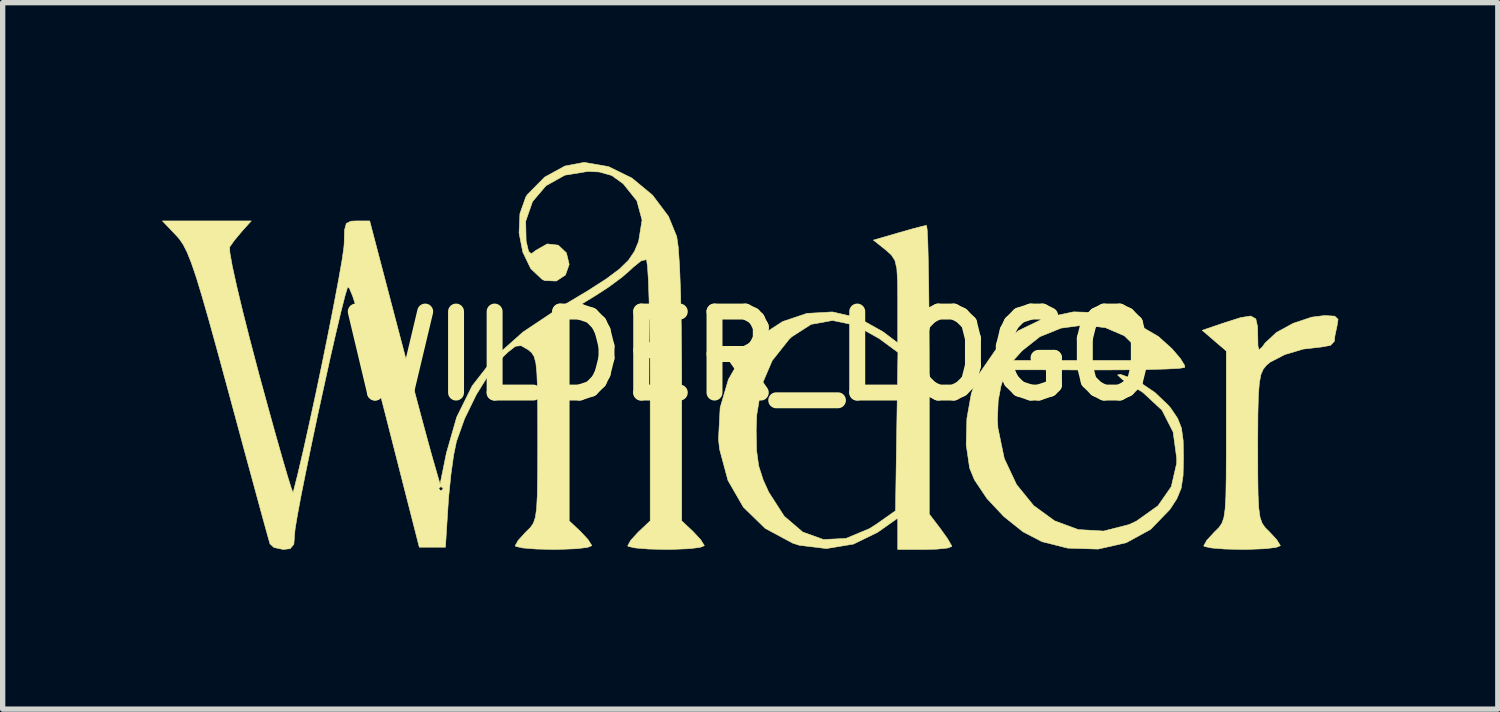
<source format=kicad_pcb>
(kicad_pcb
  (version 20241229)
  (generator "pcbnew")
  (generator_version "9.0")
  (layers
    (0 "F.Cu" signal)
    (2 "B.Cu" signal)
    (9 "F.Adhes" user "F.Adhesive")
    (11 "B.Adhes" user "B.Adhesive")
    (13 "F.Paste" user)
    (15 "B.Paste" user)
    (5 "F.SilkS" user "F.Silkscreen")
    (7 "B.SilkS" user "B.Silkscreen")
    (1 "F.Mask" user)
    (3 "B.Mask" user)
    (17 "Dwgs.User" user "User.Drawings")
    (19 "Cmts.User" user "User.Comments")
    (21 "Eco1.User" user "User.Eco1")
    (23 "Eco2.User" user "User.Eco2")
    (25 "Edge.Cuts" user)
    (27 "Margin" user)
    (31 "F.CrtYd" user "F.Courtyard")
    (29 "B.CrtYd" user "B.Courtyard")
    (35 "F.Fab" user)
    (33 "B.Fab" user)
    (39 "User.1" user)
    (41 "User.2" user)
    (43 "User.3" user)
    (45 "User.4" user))
  (footprint "WILDER_LOGO"
    (layer "F.Cu")
    (at 11.045 3.646)
    (property "Reference" "WILDER_LOGO" (at 0 0 180) (layer "F.SilkS") (effects (font (size 1.524 1.524) (thickness 0.3))))
    (attr through_hole)
    (fp_poly (pts (xy 11.016 -0.748) (xy 11.078 -0.688) (xy 11.06 -0.572) (xy 11.018 -0.375) (xy 11.008 -0.275) (xy 10.934 -0.198) (xy 10.774 -0.169) (xy 10.424 -0.129) (xy 10.075 -0.025) (xy 9.799 0.118) (xy 9.731 0.175) (xy 9.67 0.25) (xy 9.626 0.352) (xy 9.597 0.507) (xy 9.579 0.742) (xy 9.57 1.086) (xy 9.567 1.564) (xy 9.567 1.721) (xy 9.568 2.234) (xy 9.573 2.605) (xy 9.586 2.863) (xy 9.61 3.035) (xy 9.649 3.148) (xy 9.707 3.231) (xy 9.779 3.302) (xy 9.922 3.455) (xy 9.99 3.564) (xy 9.991 3.571) (xy 9.912 3.602) (xy 9.704 3.627) (xy 9.404 3.639) (xy 9.271 3.641) (xy 8.946 3.633) (xy 8.697 3.613) (xy 8.564 3.584) (xy 8.551 3.571) (xy 8.607 3.471) (xy 8.745 3.32) (xy 8.763 3.302) (xy 8.837 3.229) (xy 8.891 3.151) (xy 8.929 3.044) (xy 8.953 2.881) (xy 8.967 2.638) (xy 8.973 2.289) (xy 8.975 1.809) (xy 8.975 1.505) (xy 8.975 -0.093) (xy 8.748 -0.287) (xy 8.522 -0.482) (xy 8.933 -0.622) (xy 9.248 -0.722) (xy 9.436 -0.751) (xy 9.531 -0.697) (xy 9.564 -0.549) (xy 9.567 -0.404) (xy 9.571 -0.185) (xy 9.593 -0.113) (xy 9.652 -0.169) (xy 9.706 -0.244) (xy 9.918 -0.441) (xy 10.232 -0.613) (xy 10.58 -0.729) (xy 10.826 -0.76) (xy 11.016 -0.748)) (stroke (width 0.01) (type solid)) (fill yes) (layer "F.SilkS"))
    (fp_poly (pts (xy 3.348 -2.374) (xy 3.36 -2.143) (xy 3.369 -1.783) (xy 3.377 -1.314) (xy 3.383 -0.756) (xy 3.386 -0.128) (xy 3.387 0.26) (xy 3.387 2.975) (xy 3.598 3.252) (xy 3.731 3.438) (xy 3.805 3.566) (xy 3.81 3.585) (xy 3.733 3.614) (xy 3.533 3.635) (xy 3.302 3.641) (xy 2.794 3.641) (xy 2.794 3.051) (xy 2.416 3.318) (xy 1.961 3.54) (xy 1.452 3.624) (xy 0.942 3.562) (xy 0.815 3.521) (xy 0.3 3.244) (xy -0.11 2.845) (xy -0.4 2.342) (xy -0.558 1.755) (xy -0.578 1.562) (xy -0.569 1.397) (xy 0.131 1.397) (xy 0.139 1.782) (xy 0.178 2.069) (xy 0.262 2.331) (xy 0.367 2.563) (xy 0.658 3.015) (xy 1.006 3.313) (xy 1.397 3.454) (xy 1.821 3.433) (xy 2.266 3.247) (xy 2.398 3.162) (xy 2.752 2.913) (xy 2.775 1.423) (xy 2.798 -0.067) (xy 2.447 -0.326) (xy 1.999 -0.577) (xy 1.568 -0.667) (xy 1.164 -0.594) (xy 0.798 -0.359) (xy 0.752 -0.315) (xy 0.433 0.087) (xy 0.234 0.552) (xy 0.141 1.113) (xy 0.131 1.397) (xy -0.569 1.397) (xy -0.547 0.973) (xy -0.392 0.444) (xy -0.131 -0.011) (xy 0.215 -0.378) (xy 0.627 -0.646) (xy 1.083 -0.8) (xy 1.564 -0.828) (xy 2.05 -0.716) (xy 2.519 -0.453) (xy 2.794 -0.245) (xy 2.794 -1.03) (xy 2.791 -1.401) (xy 2.777 -1.643) (xy 2.741 -1.796) (xy 2.674 -1.9) (xy 2.567 -1.995) (xy 2.565 -1.997) (xy 2.336 -2.179) (xy 2.811 -2.317) (xy 3.075 -2.392) (xy 3.268 -2.442) (xy 3.336 -2.455) (xy 3.348 -2.374)) (stroke (width 0.01) (type solid)) (fill yes) (layer "F.SilkS"))
    (fp_poly (pts (xy 6.657 -0.811) (xy 7.197 -0.657) (xy 7.697 -0.366) (xy 7.953 -0.136) (xy 8.11 0.047) (xy 8.192 0.18) (xy 8.193 0.217) (xy 8.096 0.233) (xy 7.857 0.246) (xy 7.502 0.256) (xy 7.058 0.262) (xy 6.551 0.264) (xy 6.49 0.264) (xy 4.837 0.26) (xy 4.736 0.566) (xy 4.684 0.843) (xy 4.67 1.192) (xy 4.679 1.356) (xy 4.798 1.929) (xy 5.029 2.42) (xy 5.351 2.816) (xy 5.746 3.103) (xy 6.19 3.267) (xy 6.665 3.295) (xy 7.148 3.172) (xy 7.289 3.105) (xy 7.691 2.818) (xy 7.94 2.46) (xy 8.041 2.023) (xy 8.043 1.931) (xy 7.975 1.431) (xy 7.765 1.02) (xy 7.406 0.687) (xy 7.259 0.594) (xy 7.02 0.443) (xy 6.93 0.358) (xy 6.983 0.346) (xy 7.17 0.414) (xy 7.364 0.507) (xy 7.632 0.688) (xy 7.883 0.927) (xy 7.933 0.987) (xy 8.06 1.175) (xy 8.132 1.358) (xy 8.164 1.594) (xy 8.17 1.912) (xy 8.162 2.254) (xy 8.126 2.49) (xy 8.046 2.685) (xy 7.916 2.886) (xy 7.552 3.263) (xy 7.093 3.514) (xy 6.564 3.634) (xy 5.99 3.616) (xy 5.506 3.494) (xy 5.151 3.309) (xy 4.792 3.023) (xy 4.472 2.682) (xy 4.236 2.329) (xy 4.146 2.108) (xy 4.082 1.67) (xy 4.095 1.177) (xy 4.179 0.705) (xy 4.301 0.373) (xy 4.499 0.085) (xy 4.969 0.085) (xy 7.455 0.085) (xy 7.321 -0.12) (xy 7.057 -0.379) (xy 6.701 -0.532) (xy 6.291 -0.58) (xy 5.867 -0.523) (xy 5.468 -0.362) (xy 5.134 -0.098) (xy 5.13 -0.094) (xy 4.969 0.085) (xy 4.499 0.085) (xy 4.634 -0.111) (xy 5.064 -0.475) (xy 5.563 -0.716) (xy 6.103 -0.829) (xy 6.657 -0.811)) (stroke (width 0.01) (type solid)) (fill yes) (layer "F.SilkS"))
    (fp_poly (pts (xy -2.648 -3.562) (xy -2.207 -3.346) (xy -1.818 -3.024) (xy -1.519 -2.626) (xy -1.363 -2.244) (xy -1.334 -2.038) (xy -1.31 -1.677) (xy -1.291 -1.178) (xy -1.278 -0.555) (xy -1.271 0.177) (xy -1.27 0.615) (xy -1.27 3.103) (xy -1.058 3.302) (xy -0.915 3.455) (xy -0.847 3.564) (xy -0.847 3.571) (xy -0.925 3.602) (xy -1.133 3.627) (xy -1.434 3.639) (xy -1.566 3.641) (xy -1.892 3.633) (xy -2.14 3.613) (xy -2.274 3.584) (xy -2.286 3.571) (xy -2.23 3.471) (xy -2.093 3.32) (xy -2.074 3.302) (xy -1.863 3.103) (xy -1.863 0.668) (xy -1.865 0.042) (xy -1.872 -0.527) (xy -1.883 -1.018) (xy -1.896 -1.409) (xy -1.913 -1.679) (xy -1.931 -1.806) (xy -1.935 -1.813) (xy -2.035 -1.788) (xy -2.185 -1.667) (xy -2.21 -1.642) (xy -2.391 -1.483) (xy -2.656 -1.288) (xy -2.9 -1.13) (xy -3.387 -0.834) (xy -3.387 3.103) (xy -3.175 3.302) (xy -3.032 3.455) (xy -2.964 3.564) (xy -2.963 3.571) (xy -3.042 3.602) (xy -3.25 3.627) (xy -3.55 3.639) (xy -3.683 3.641) (xy -4.008 3.633) (xy -4.257 3.613) (xy -4.39 3.584) (xy -4.403 3.571) (xy -4.347 3.471) (xy -4.209 3.32) (xy -4.191 3.302) (xy -4.116 3.228) (xy -4.062 3.149) (xy -4.024 3.039) (xy -4 2.873) (xy -3.987 2.624) (xy -3.981 2.268) (xy -3.979 1.777) (xy -3.979 1.556) (xy -3.98 1.009) (xy -3.984 0.606) (xy -3.995 0.323) (xy -4.014 0.134) (xy -4.045 0.015) (xy -4.091 -0.059) (xy -4.154 -0.113) (xy -4.167 -0.122) (xy -4.292 -0.193) (xy -4.398 -0.182) (xy -4.54 -0.071) (xy -4.626 0.011) (xy -4.879 0.318) (xy -5.134 0.728) (xy -5.355 1.181) (xy -5.508 1.609) (xy -5.561 1.868) (xy -5.612 2.233) (xy -5.653 2.639) (xy -5.664 2.794) (xy -5.715 3.598) (xy -6.207 3.598) (xy -6.488 2.498) (xy -5.842 2.498) (xy -5.8 2.54) (xy -5.757 2.498) (xy -5.8 2.455) (xy -5.842 2.498) (xy -6.488 2.498) (xy -6.85 1.077) (xy -7.049 0.307) (xy -7.218 -0.318) (xy -7.354 -0.794) (xy -7.457 -1.116) (xy -7.525 -1.28) (xy -7.555 -1.294) (xy -7.603 -1.136) (xy -7.678 -0.843) (xy -7.773 -0.442) (xy -7.883 0.038) (xy -8 0.57) (xy -8.121 1.124) (xy -8.237 1.673) (xy -8.343 2.189) (xy -8.434 2.643) (xy -8.502 3.008) (xy -8.543 3.255) (xy -8.551 3.341) (xy -8.567 3.543) (xy -8.636 3.626) (xy -8.766 3.641) (xy -8.941 3.604) (xy -9.016 3.535) (xy -9.046 3.43) (xy -9.115 3.182) (xy -9.217 2.81) (xy -9.346 2.335) (xy -9.498 1.777) (xy -9.666 1.155) (xy -9.784 0.72) (xy -9.987 -0.029) (xy -10.154 -0.633) (xy -10.29 -1.108) (xy -10.401 -1.474) (xy -10.494 -1.747) (xy -10.574 -1.948) (xy -10.647 -2.092) (xy -10.72 -2.199) (xy -10.778 -2.265) (xy -11.04 -2.54) (xy -9.368 -2.54) (xy -9.54 -2.349) (xy -9.686 -2.174) (xy -9.775 -2.048) (xy -9.77 -1.939) (xy -9.725 -1.689) (xy -9.644 -1.32) (xy -9.532 -0.851) (xy -9.394 -0.306) (xy -9.236 0.294) (xy -9.22 0.355) (xy -9.059 0.944) (xy -8.913 1.471) (xy -8.786 1.918) (xy -8.685 2.263) (xy -8.615 2.488) (xy -8.582 2.573) (xy -8.581 2.572) (xy -8.494 2.228) (xy -8.39 1.784) (xy -8.275 1.267) (xy -8.153 0.706) (xy -8.032 0.128) (xy -7.917 -0.439) (xy -7.813 -0.968) (xy -7.726 -1.429) (xy -7.661 -1.797) (xy -7.626 -2.042) (xy -7.62 -2.115) (xy -7.614 -2.367) (xy -7.58 -2.492) (xy -7.493 -2.535) (xy -7.38 -2.54) (xy -7.14 -2.54) (xy -6.613 -0.529) (xy -6.458 0.059) (xy -6.31 0.618) (xy -6.176 1.121) (xy -6.064 1.536) (xy -5.982 1.835) (xy -5.95 1.947) (xy -5.816 2.413) (xy -5.697 1.828) (xy -5.504 1.153) (xy -5.212 0.563) (xy -4.802 0.037) (xy -4.258 -0.448) (xy -3.563 -0.912) (xy -3.514 -0.941) (xy -3.036 -1.226) (xy -2.686 -1.451) (xy -2.438 -1.637) (xy -2.27 -1.802) (xy -2.159 -1.967) (xy -2.082 -2.151) (xy -2.081 -2.152) (xy -2.016 -2.557) (xy -2.114 -2.919) (xy -2.37 -3.239) (xy -2.585 -3.394) (xy -2.823 -3.461) (xy -3.037 -3.471) (xy -3.469 -3.4) (xy -3.823 -3.202) (xy -4.076 -2.905) (xy -4.205 -2.534) (xy -4.197 -2.161) (xy -4.152 -1.97) (xy -4.1 -1.921) (xy -4.011 -1.988) (xy -4.011 -1.988) (xy -3.8 -2.107) (xy -3.593 -2.084) (xy -3.439 -1.939) (xy -3.387 -1.722) (xy -3.457 -1.522) (xy -3.629 -1.409) (xy -3.845 -1.417) (xy -3.894 -1.439) (xy -4.11 -1.642) (xy -4.259 -1.951) (xy -4.33 -2.313) (xy -4.314 -2.677) (xy -4.204 -2.988) (xy -4.17 -3.039) (xy -3.848 -3.364) (xy -3.467 -3.573) (xy -3.105 -3.641) (xy -2.648 -3.562)) (stroke (width 0.01) (type solid)) (fill yes) (layer "F.SilkS")))
  (gr_rect
    (start -3 -3)
    (end 25.128 10.291)
    (stroke (width 0.1) (type default))
    (fill no)
    (layer "Edge.Cuts")))
</source>
